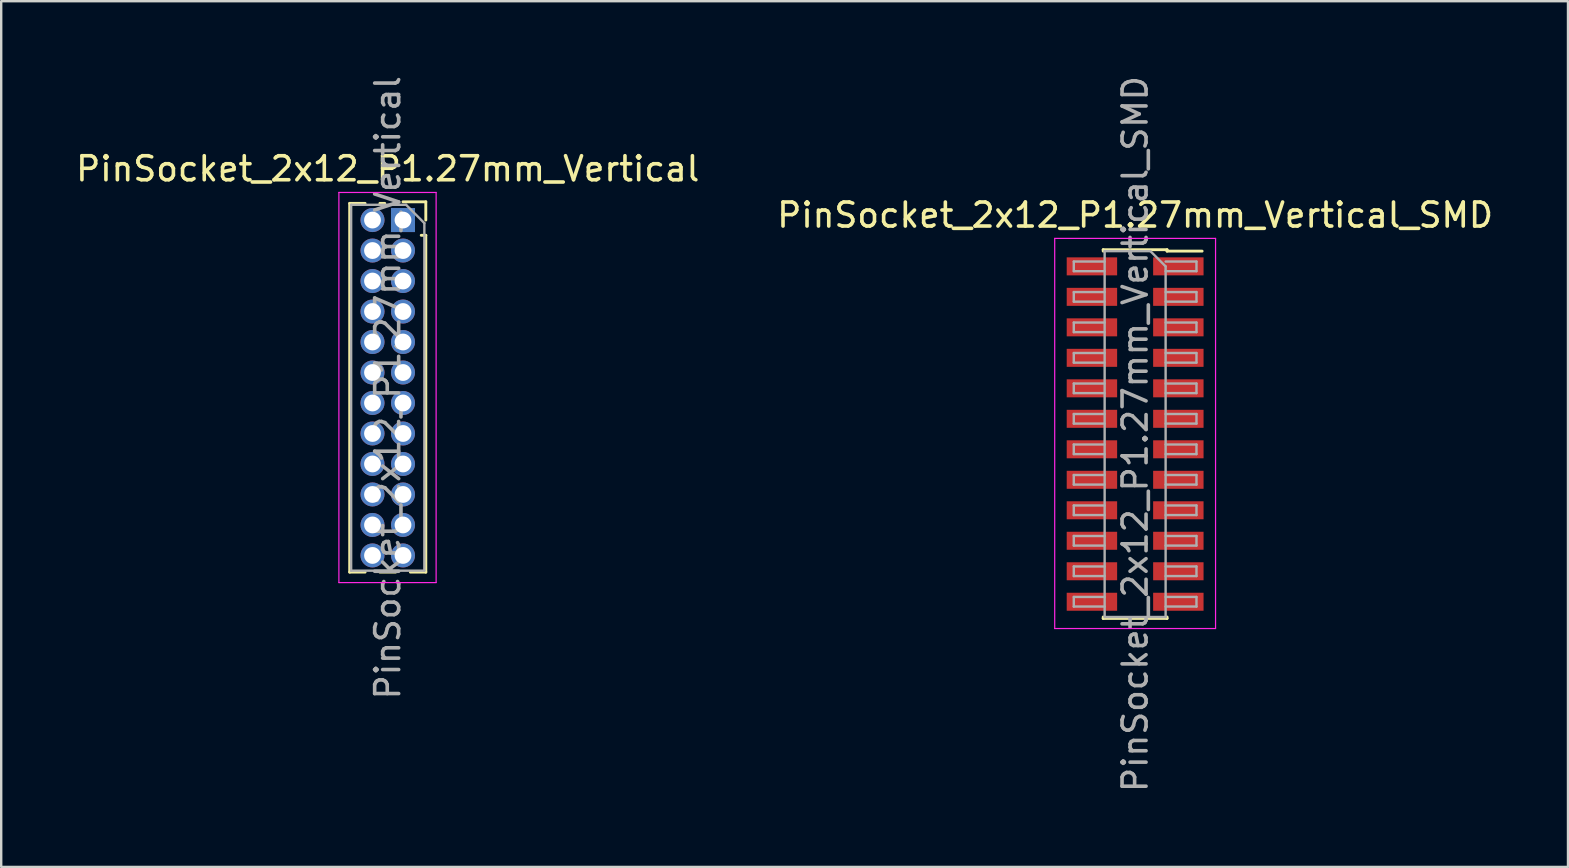
<source format=kicad_pcb>
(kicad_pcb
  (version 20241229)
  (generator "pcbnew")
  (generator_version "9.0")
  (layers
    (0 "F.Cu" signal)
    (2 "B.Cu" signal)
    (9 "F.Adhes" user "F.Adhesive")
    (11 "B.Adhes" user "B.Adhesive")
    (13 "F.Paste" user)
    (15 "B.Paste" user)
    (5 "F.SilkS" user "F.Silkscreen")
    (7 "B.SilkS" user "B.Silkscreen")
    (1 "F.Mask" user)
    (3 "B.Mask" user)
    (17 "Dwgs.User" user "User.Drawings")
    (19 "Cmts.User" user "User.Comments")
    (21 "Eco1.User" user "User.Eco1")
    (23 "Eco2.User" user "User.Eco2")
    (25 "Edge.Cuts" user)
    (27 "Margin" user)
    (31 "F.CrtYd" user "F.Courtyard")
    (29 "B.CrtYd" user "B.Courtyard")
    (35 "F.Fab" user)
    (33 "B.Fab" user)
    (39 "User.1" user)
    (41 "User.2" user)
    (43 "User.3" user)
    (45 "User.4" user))
  (footprint "PinSocket_2x12_P1.27mm_Vertical"
    (layer "F.Cu")
    (at 13.736 6.116)
    (property "Reference" "PinSocket_2x12_P1.27mm_Vertical" (at -0.635 -2.135 0) (layer "F.SilkS") (effects (font (size 1 1) (thickness 0.15))))
    (attr through_hole)
    (fp_line (start -2.22 -0.695) (end -2.22 14.665) (stroke (width 0.12) (type solid)) (layer "F.SilkS"))
    (fp_line (start -2.22 -0.695) (end -1.578 -0.695) (stroke (width 0.12) (type solid)) (layer "F.SilkS"))
    (fp_line (start -2.22 14.665) (end -1.578 14.665) (stroke (width 0.12) (type solid)) (layer "F.SilkS"))
    (fp_line (start -0.962 -0.695) (end -0.76 -0.695) (stroke (width 0.12) (type solid)) (layer "F.SilkS"))
    (fp_line (start -0.962 14.665) (end -0.308 14.665) (stroke (width 0.12) (type solid)) (layer "F.SilkS"))
    (fp_line (start 0 -0.76) (end 0.95 -0.76) (stroke (width 0.12) (type solid)) (layer "F.SilkS"))
    (fp_line (start 0.308 14.665) (end 0.95 14.665) (stroke (width 0.12) (type solid)) (layer "F.SilkS"))
    (fp_line (start 0.76 0.635) (end 0.95 0.635) (stroke (width 0.12) (type solid)) (layer "F.SilkS"))
    (fp_line (start 0.95 -0.76) (end 0.95 0) (stroke (width 0.12) (type solid)) (layer "F.SilkS"))
    (fp_line (start 0.95 0.635) (end 0.95 14.665) (stroke (width 0.12) (type solid)) (layer "F.SilkS"))
    (fp_line (start -2.67 -1.15) (end 1.38 -1.15) (stroke (width 0.05) (type solid)) (layer "F.CrtYd"))
    (fp_line (start -2.67 15.1) (end -2.67 -1.15) (stroke (width 0.05) (type solid)) (layer "F.CrtYd"))
    (fp_line (start 1.38 -1.15) (end 1.38 15.1) (stroke (width 0.05) (type solid)) (layer "F.CrtYd"))
    (fp_line (start 1.38 15.1) (end -2.67 15.1) (stroke (width 0.05) (type solid)) (layer "F.CrtYd"))
    (fp_line (start -2.16 -0.635) (end 0.128 -0.635) (stroke (width 0.1) (type solid)) (layer "F.Fab"))
    (fp_line (start -2.16 14.605) (end -2.16 -0.635) (stroke (width 0.1) (type solid)) (layer "F.Fab"))
    (fp_line (start 0.128 -0.635) (end 0.89 0.128) (stroke (width 0.1) (type solid)) (layer "F.Fab"))
    (fp_line (start 0.89 0.128) (end 0.89 14.605) (stroke (width 0.1) (type solid)) (layer "F.Fab"))
    (fp_line (start 0.89 14.605) (end -2.16 14.605) (stroke (width 0.1) (type solid)) (layer "F.Fab"))
    (fp_text user "${REFERENCE}" (at -0.635 6.985 90) (layer "F.Fab") (effects (font (size 1 1) (thickness 0.15))))
    (pad "1" thru_hole rect (at 0 0) (size 1 1) (drill 0.7) (layers "*.Cu" "*.Mask"))
    (pad "2" thru_hole oval (at -1.27 0) (size 1 1) (drill 0.7) (layers "*.Cu" "*.Mask"))
    (pad "3" thru_hole oval (at 0 1.27) (size 1 1) (drill 0.7) (layers "*.Cu" "*.Mask"))
    (pad "4" thru_hole oval (at -1.27 1.27) (size 1 1) (drill 0.7) (layers "*.Cu" "*.Mask"))
    (pad "5" thru_hole oval (at 0 2.54) (size 1 1) (drill 0.7) (layers "*.Cu" "*.Mask"))
    (pad "6" thru_hole oval (at -1.27 2.54) (size 1 1) (drill 0.7) (layers "*.Cu" "*.Mask"))
    (pad "7" thru_hole oval (at 0 3.81) (size 1 1) (drill 0.7) (layers "*.Cu" "*.Mask"))
    (pad "8" thru_hole oval (at -1.27 3.81) (size 1 1) (drill 0.7) (layers "*.Cu" "*.Mask"))
    (pad "9" thru_hole oval (at 0 5.08) (size 1 1) (drill 0.7) (layers "*.Cu" "*.Mask"))
    (pad "10" thru_hole oval (at -1.27 5.08) (size 1 1) (drill 0.7) (layers "*.Cu" "*.Mask"))
    (pad "11" thru_hole oval (at 0 6.35) (size 1 1) (drill 0.7) (layers "*.Cu" "*.Mask"))
    (pad "12" thru_hole oval (at -1.27 6.35) (size 1 1) (drill 0.7) (layers "*.Cu" "*.Mask"))
    (pad "13" thru_hole oval (at 0 7.62) (size 1 1) (drill 0.7) (layers "*.Cu" "*.Mask"))
    (pad "14" thru_hole oval (at -1.27 7.62) (size 1 1) (drill 0.7) (layers "*.Cu" "*.Mask"))
    (pad "15" thru_hole oval (at 0 8.89) (size 1 1) (drill 0.7) (layers "*.Cu" "*.Mask"))
    (pad "16" thru_hole oval (at -1.27 8.89) (size 1 1) (drill 0.7) (layers "*.Cu" "*.Mask"))
    (pad "17" thru_hole oval (at 0 10.16) (size 1 1) (drill 0.7) (layers "*.Cu" "*.Mask"))
    (pad "18" thru_hole oval (at -1.27 10.16) (size 1 1) (drill 0.7) (layers "*.Cu" "*.Mask"))
    (pad "19" thru_hole oval (at 0 11.43) (size 1 1) (drill 0.7) (layers "*.Cu" "*.Mask"))
    (pad "20" thru_hole oval (at -1.27 11.43) (size 1 1) (drill 0.7) (layers "*.Cu" "*.Mask"))
    (pad "21" thru_hole oval (at 0 12.7) (size 1 1) (drill 0.7) (layers "*.Cu" "*.Mask"))
    (pad "22" thru_hole oval (at -1.27 12.7) (size 1 1) (drill 0.7) (layers "*.Cu" "*.Mask"))
    (pad "23" thru_hole oval (at 0 13.97) (size 1 1) (drill 0.7) (layers "*.Cu" "*.Mask"))
    (pad "24" thru_hole oval (at -1.27 13.97) (size 1 1) (drill 0.7) (layers "*.Cu" "*.Mask")))
  (footprint "PinSocket_2x12_P1.27mm_Vertical_SMD"
    (layer "F.Cu")
    (at 44.232 15.03)
    (property "Reference" "PinSocket_2x12_P1.27mm_Vertical_SMD" (at 0 -9.12 0) (layer "F.SilkS") (effects (font (size 1 1) (thickness 0.15))))
    (attr smd)
    (fp_line (start -1.33 -7.68) (end -1.33 -7.62) (stroke (width 0.12) (type solid)) (layer "F.SilkS"))
    (fp_line (start -1.33 -7.68) (end 1.33 -7.68) (stroke (width 0.12) (type solid)) (layer "F.SilkS"))
    (fp_line (start -1.33 7.62) (end -1.33 7.68) (stroke (width 0.12) (type solid)) (layer "F.SilkS"))
    (fp_line (start -1.33 7.68) (end 1.33 7.68) (stroke (width 0.12) (type solid)) (layer "F.SilkS"))
    (fp_line (start 1.33 -7.68) (end 1.33 -7.62) (stroke (width 0.12) (type solid)) (layer "F.SilkS"))
    (fp_line (start 1.33 -7.62) (end 2.79 -7.62) (stroke (width 0.12) (type solid)) (layer "F.SilkS"))
    (fp_line (start 1.33 7.62) (end 1.33 7.68) (stroke (width 0.12) (type solid)) (layer "F.SilkS"))
    (fp_line (start -3.35 -8.15) (end 3.35 -8.15) (stroke (width 0.05) (type solid)) (layer "F.CrtYd"))
    (fp_line (start -3.35 8.1) (end -3.35 -8.15) (stroke (width 0.05) (type solid)) (layer "F.CrtYd"))
    (fp_line (start 3.35 -8.15) (end 3.35 8.1) (stroke (width 0.05) (type solid)) (layer "F.CrtYd"))
    (fp_line (start 3.35 8.1) (end -3.35 8.1) (stroke (width 0.05) (type solid)) (layer "F.CrtYd"))
    (fp_line (start -2.555 -7.185) (end -1.27 -7.185) (stroke (width 0.1) (type solid)) (layer "F.Fab"))
    (fp_line (start -2.555 -6.785) (end -2.555 -7.185) (stroke (width 0.1) (type solid)) (layer "F.Fab"))
    (fp_line (start -2.555 -5.915) (end -1.27 -5.915) (stroke (width 0.1) (type solid)) (layer "F.Fab"))
    (fp_line (start -2.555 -5.515) (end -2.555 -5.915) (stroke (width 0.1) (type solid)) (layer "F.Fab"))
    (fp_line (start -2.555 -4.645) (end -1.27 -4.645) (stroke (width 0.1) (type solid)) (layer "F.Fab"))
    (fp_line (start -2.555 -4.245) (end -2.555 -4.645) (stroke (width 0.1) (type solid)) (layer "F.Fab"))
    (fp_line (start -2.555 -3.375) (end -1.27 -3.375) (stroke (width 0.1) (type solid)) (layer "F.Fab"))
    (fp_line (start -2.555 -2.975) (end -2.555 -3.375) (stroke (width 0.1) (type solid)) (layer "F.Fab"))
    (fp_line (start -2.555 -2.105) (end -1.27 -2.105) (stroke (width 0.1) (type solid)) (layer "F.Fab"))
    (fp_line (start -2.555 -1.705) (end -2.555 -2.105) (stroke (width 0.1) (type solid)) (layer "F.Fab"))
    (fp_line (start -2.555 -0.835) (end -1.27 -0.835) (stroke (width 0.1) (type solid)) (layer "F.Fab"))
    (fp_line (start -2.555 -0.435) (end -2.555 -0.835) (stroke (width 0.1) (type solid)) (layer "F.Fab"))
    (fp_line (start -2.555 0.435) (end -1.27 0.435) (stroke (width 0.1) (type solid)) (layer "F.Fab"))
    (fp_line (start -2.555 0.835) (end -2.555 0.435) (stroke (width 0.1) (type solid)) (layer "F.Fab"))
    (fp_line (start -2.555 1.705) (end -1.27 1.705) (stroke (width 0.1) (type solid)) (layer "F.Fab"))
    (fp_line (start -2.555 2.105) (end -2.555 1.705) (stroke (width 0.1) (type solid)) (layer "F.Fab"))
    (fp_line (start -2.555 2.975) (end -1.27 2.975) (stroke (width 0.1) (type solid)) (layer "F.Fab"))
    (fp_line (start -2.555 3.375) (end -2.555 2.975) (stroke (width 0.1) (type solid)) (layer "F.Fab"))
    (fp_line (start -2.555 4.245) (end -1.27 4.245) (stroke (width 0.1) (type solid)) (layer "F.Fab"))
    (fp_line (start -2.555 4.645) (end -2.555 4.245) (stroke (width 0.1) (type solid)) (layer "F.Fab"))
    (fp_line (start -2.555 5.515) (end -1.27 5.515) (stroke (width 0.1) (type solid)) (layer "F.Fab"))
    (fp_line (start -2.555 5.915) (end -2.555 5.515) (stroke (width 0.1) (type solid)) (layer "F.Fab"))
    (fp_line (start -2.555 6.785) (end -1.27 6.785) (stroke (width 0.1) (type solid)) (layer "F.Fab"))
    (fp_line (start -2.555 7.185) (end -2.555 6.785) (stroke (width 0.1) (type solid)) (layer "F.Fab"))
    (fp_line (start -1.27 -7.62) (end 0.635 -7.62) (stroke (width 0.1) (type solid)) (layer "F.Fab"))
    (fp_line (start -1.27 -6.785) (end -2.555 -6.785) (stroke (width 0.1) (type solid)) (layer "F.Fab"))
    (fp_line (start -1.27 -5.515) (end -2.555 -5.515) (stroke (width 0.1) (type solid)) (layer "F.Fab"))
    (fp_line (start -1.27 -4.245) (end -2.555 -4.245) (stroke (width 0.1) (type solid)) (layer "F.Fab"))
    (fp_line (start -1.27 -2.975) (end -2.555 -2.975) (stroke (width 0.1) (type solid)) (layer "F.Fab"))
    (fp_line (start -1.27 -1.705) (end -2.555 -1.705) (stroke (width 0.1) (type solid)) (layer "F.Fab"))
    (fp_line (start -1.27 -0.435) (end -2.555 -0.435) (stroke (width 0.1) (type solid)) (layer "F.Fab"))
    (fp_line (start -1.27 0.835) (end -2.555 0.835) (stroke (width 0.1) (type solid)) (layer "F.Fab"))
    (fp_line (start -1.27 2.105) (end -2.555 2.105) (stroke (width 0.1) (type solid)) (layer "F.Fab"))
    (fp_line (start -1.27 3.375) (end -2.555 3.375) (stroke (width 0.1) (type solid)) (layer "F.Fab"))
    (fp_line (start -1.27 4.645) (end -2.555 4.645) (stroke (width 0.1) (type solid)) (layer "F.Fab"))
    (fp_line (start -1.27 5.915) (end -2.555 5.915) (stroke (width 0.1) (type solid)) (layer "F.Fab"))
    (fp_line (start -1.27 7.185) (end -2.555 7.185) (stroke (width 0.1) (type solid)) (layer "F.Fab"))
    (fp_line (start -1.27 7.62) (end -1.27 -7.62) (stroke (width 0.1) (type solid)) (layer "F.Fab"))
    (fp_line (start 0.635 -7.62) (end 1.27 -6.985) (stroke (width 0.1) (type solid)) (layer "F.Fab"))
    (fp_line (start 1.27 -7.185) (end 2.555 -7.185) (stroke (width 0.1) (type solid)) (layer "F.Fab"))
    (fp_line (start 1.27 -6.985) (end 1.27 7.62) (stroke (width 0.1) (type solid)) (layer "F.Fab"))
    (fp_line (start 1.27 -5.915) (end 2.555 -5.915) (stroke (width 0.1) (type solid)) (layer "F.Fab"))
    (fp_line (start 1.27 -4.645) (end 2.555 -4.645) (stroke (width 0.1) (type solid)) (layer "F.Fab"))
    (fp_line (start 1.27 -3.375) (end 2.555 -3.375) (stroke (width 0.1) (type solid)) (layer "F.Fab"))
    (fp_line (start 1.27 -2.105) (end 2.555 -2.105) (stroke (width 0.1) (type solid)) (layer "F.Fab"))
    (fp_line (start 1.27 -0.835) (end 2.555 -0.835) (stroke (width 0.1) (type solid)) (layer "F.Fab"))
    (fp_line (start 1.27 0.435) (end 2.555 0.435) (stroke (width 0.1) (type solid)) (layer "F.Fab"))
    (fp_line (start 1.27 1.705) (end 2.555 1.705) (stroke (width 0.1) (type solid)) (layer "F.Fab"))
    (fp_line (start 1.27 2.975) (end 2.555 2.975) (stroke (width 0.1) (type solid)) (layer "F.Fab"))
    (fp_line (start 1.27 4.245) (end 2.555 4.245) (stroke (width 0.1) (type solid)) (layer "F.Fab"))
    (fp_line (start 1.27 5.515) (end 2.555 5.515) (stroke (width 0.1) (type solid)) (layer "F.Fab"))
    (fp_line (start 1.27 6.785) (end 2.555 6.785) (stroke (width 0.1) (type solid)) (layer "F.Fab"))
    (fp_line (start 1.27 7.62) (end -1.27 7.62) (stroke (width 0.1) (type solid)) (layer "F.Fab"))
    (fp_line (start 2.555 -7.185) (end 2.555 -6.785) (stroke (width 0.1) (type solid)) (layer "F.Fab"))
    (fp_line (start 2.555 -6.785) (end 1.27 -6.785) (stroke (width 0.1) (type solid)) (layer "F.Fab"))
    (fp_line (start 2.555 -5.915) (end 2.555 -5.515) (stroke (width 0.1) (type solid)) (layer "F.Fab"))
    (fp_line (start 2.555 -5.515) (end 1.27 -5.515) (stroke (width 0.1) (type solid)) (layer "F.Fab"))
    (fp_line (start 2.555 -4.645) (end 2.555 -4.245) (stroke (width 0.1) (type solid)) (layer "F.Fab"))
    (fp_line (start 2.555 -4.245) (end 1.27 -4.245) (stroke (width 0.1) (type solid)) (layer "F.Fab"))
    (fp_line (start 2.555 -3.375) (end 2.555 -2.975) (stroke (width 0.1) (type solid)) (layer "F.Fab"))
    (fp_line (start 2.555 -2.975) (end 1.27 -2.975) (stroke (width 0.1) (type solid)) (layer "F.Fab"))
    (fp_line (start 2.555 -2.105) (end 2.555 -1.705) (stroke (width 0.1) (type solid)) (layer "F.Fab"))
    (fp_line (start 2.555 -1.705) (end 1.27 -1.705) (stroke (width 0.1) (type solid)) (layer "F.Fab"))
    (fp_line (start 2.555 -0.835) (end 2.555 -0.435) (stroke (width 0.1) (type solid)) (layer "F.Fab"))
    (fp_line (start 2.555 -0.435) (end 1.27 -0.435) (stroke (width 0.1) (type solid)) (layer "F.Fab"))
    (fp_line (start 2.555 0.435) (end 2.555 0.835) (stroke (width 0.1) (type solid)) (layer "F.Fab"))
    (fp_line (start 2.555 0.835) (end 1.27 0.835) (stroke (width 0.1) (type solid)) (layer "F.Fab"))
    (fp_line (start 2.555 1.705) (end 2.555 2.105) (stroke (width 0.1) (type solid)) (layer "F.Fab"))
    (fp_line (start 2.555 2.105) (end 1.27 2.105) (stroke (width 0.1) (type solid)) (layer "F.Fab"))
    (fp_line (start 2.555 2.975) (end 2.555 3.375) (stroke (width 0.1) (type solid)) (layer "F.Fab"))
    (fp_line (start 2.555 3.375) (end 1.27 3.375) (stroke (width 0.1) (type solid)) (layer "F.Fab"))
    (fp_line (start 2.555 4.245) (end 2.555 4.645) (stroke (width 0.1) (type solid)) (layer "F.Fab"))
    (fp_line (start 2.555 4.645) (end 1.27 4.645) (stroke (width 0.1) (type solid)) (layer "F.Fab"))
    (fp_line (start 2.555 5.515) (end 2.555 5.915) (stroke (width 0.1) (type solid)) (layer "F.Fab"))
    (fp_line (start 2.555 5.915) (end 1.27 5.915) (stroke (width 0.1) (type solid)) (layer "F.Fab"))
    (fp_line (start 2.555 6.785) (end 2.555 7.185) (stroke (width 0.1) (type solid)) (layer "F.Fab"))
    (fp_line (start 2.555 7.185) (end 1.27 7.185) (stroke (width 0.1) (type solid)) (layer "F.Fab"))
    (fp_text user "${REFERENCE}" (at 0 0 90) (layer "F.Fab") (effects (font (size 1 1) (thickness 0.15))))
    (pad "1" smd rect (at 1.8 -6.985) (size 2.1 0.75) (layers "F.Cu" "F.Mask" "F.Paste"))
    (pad "2" smd rect (at -1.8 -6.985) (size 2.1 0.75) (layers "F.Cu" "F.Mask" "F.Paste"))
    (pad "3" smd rect (at 1.8 -5.715) (size 2.1 0.75) (layers "F.Cu" "F.Mask" "F.Paste"))
    (pad "4" smd rect (at -1.8 -5.715) (size 2.1 0.75) (layers "F.Cu" "F.Mask" "F.Paste"))
    (pad "5" smd rect (at 1.8 -4.445) (size 2.1 0.75) (layers "F.Cu" "F.Mask" "F.Paste"))
    (pad "6" smd rect (at -1.8 -4.445) (size 2.1 0.75) (layers "F.Cu" "F.Mask" "F.Paste"))
    (pad "7" smd rect (at 1.8 -3.175) (size 2.1 0.75) (layers "F.Cu" "F.Mask" "F.Paste"))
    (pad "8" smd rect (at -1.8 -3.175) (size 2.1 0.75) (layers "F.Cu" "F.Mask" "F.Paste"))
    (pad "9" smd rect (at 1.8 -1.905) (size 2.1 0.75) (layers "F.Cu" "F.Mask" "F.Paste"))
    (pad "10" smd rect (at -1.8 -1.905) (size 2.1 0.75) (layers "F.Cu" "F.Mask" "F.Paste"))
    (pad "11" smd rect (at 1.8 -0.635) (size 2.1 0.75) (layers "F.Cu" "F.Mask" "F.Paste"))
    (pad "12" smd rect (at -1.8 -0.635) (size 2.1 0.75) (layers "F.Cu" "F.Mask" "F.Paste"))
    (pad "13" smd rect (at 1.8 0.635) (size 2.1 0.75) (layers "F.Cu" "F.Mask" "F.Paste"))
    (pad "14" smd rect (at -1.8 0.635) (size 2.1 0.75) (layers "F.Cu" "F.Mask" "F.Paste"))
    (pad "15" smd rect (at 1.8 1.905) (size 2.1 0.75) (layers "F.Cu" "F.Mask" "F.Paste"))
    (pad "16" smd rect (at -1.8 1.905) (size 2.1 0.75) (layers "F.Cu" "F.Mask" "F.Paste"))
    (pad "17" smd rect (at 1.8 3.175) (size 2.1 0.75) (layers "F.Cu" "F.Mask" "F.Paste"))
    (pad "18" smd rect (at -1.8 3.175) (size 2.1 0.75) (layers "F.Cu" "F.Mask" "F.Paste"))
    (pad "19" smd rect (at 1.8 4.445) (size 2.1 0.75) (layers "F.Cu" "F.Mask" "F.Paste"))
    (pad "20" smd rect (at -1.8 4.445) (size 2.1 0.75) (layers "F.Cu" "F.Mask" "F.Paste"))
    (pad "21" smd rect (at 1.8 5.715) (size 2.1 0.75) (layers "F.Cu" "F.Mask" "F.Paste"))
    (pad "22" smd rect (at -1.8 5.715) (size 2.1 0.75) (layers "F.Cu" "F.Mask" "F.Paste"))
    (pad "23" smd rect (at 1.8 6.985) (size 2.1 0.75) (layers "F.Cu" "F.Mask" "F.Paste"))
    (pad "24" smd rect (at -1.8 6.985) (size 2.1 0.75) (layers "F.Cu" "F.Mask" "F.Paste")))
  (gr_rect
    (start -3 -3)
    (end 62.262 33.06)
    (stroke (width 0.1) (type default))
    (fill no)
    (layer "Edge.Cuts")))
</source>
